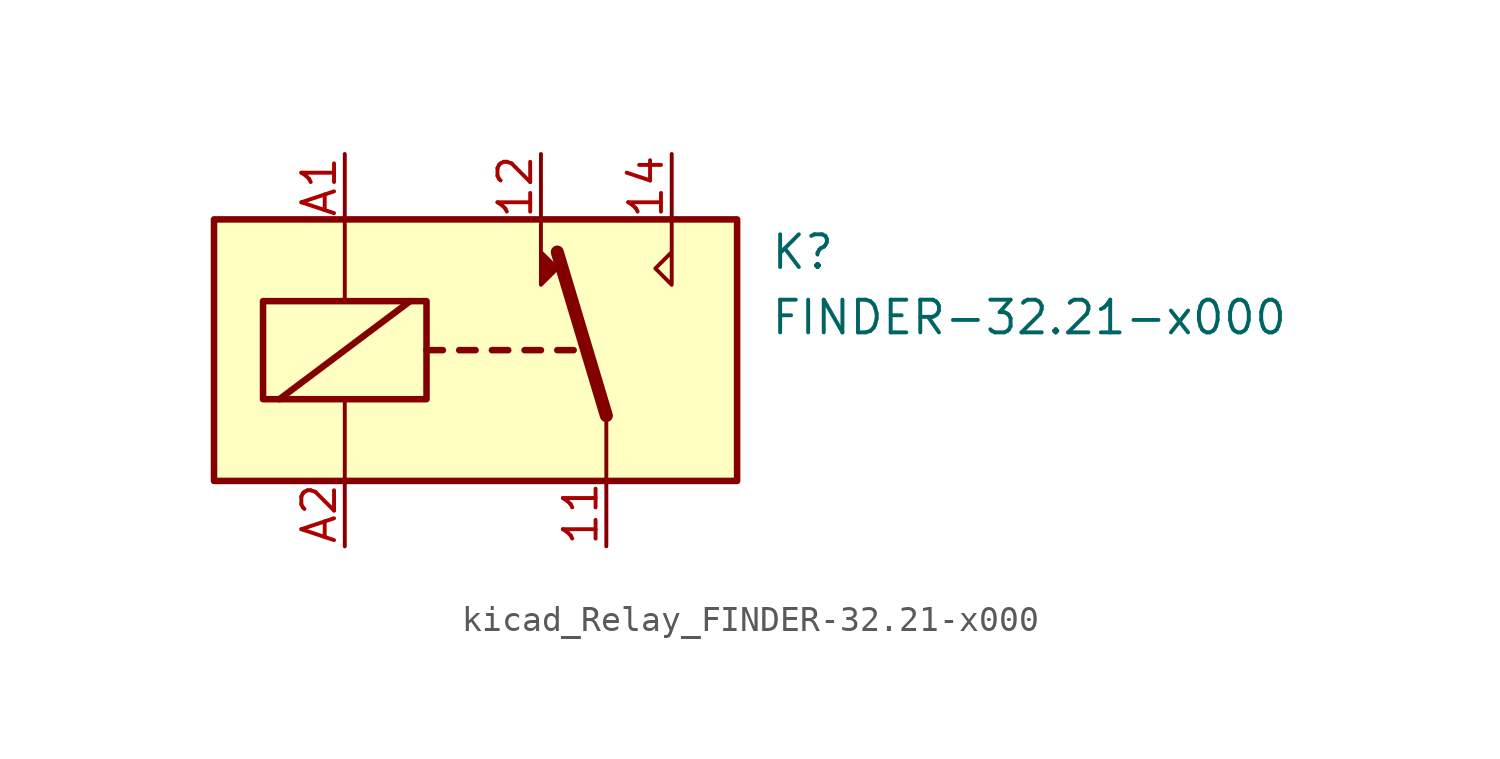
<source format=kicad_sym>
(kicad_symbol_lib
  (version 20220914)
  (generator kicad_symbol_editor)
  (symbol "kicad_Relay_FINDER-32.21-x000"
    (property "Reference" "K"
      (at 11.43 3.81 0)
      (effects (font (size 1.27 1.27)) (justify left)))
    (property "Value" "FINDER-32.21-x000"
      (at 11.43 1.27 0)
      (effects (font (size 1.27 1.27)) (justify left)))
    (symbol "kicad_Relay_FINDER-32.21-x000_0_0"
      (polyline (pts (xy 2.54 5.08) (xy 2.54 2.54) (xy 3.175 3.175) (xy 2.54 3.81)) (stroke (width 0) (type default)) (fill (type outline)))
      (polyline (pts (xy 7.62 5.08) (xy 7.62 2.54) (xy 6.985 3.175) (xy 7.62 3.81)) (stroke (width 0) (type default)) (fill (type none))))
    (symbol "kicad_Relay_FINDER-32.21-x000_0_1"
      (rectangle (start -10.16 5.08) (end 10.16 -5.08) (stroke (width 0.254) (type default)) (fill (type background)))
      (rectangle (start -8.255 1.905) (end -1.905 -1.905) (stroke (width 0.254) (type default)) (fill (type none)))
      (polyline (pts (xy -7.62 -1.905) (xy -2.54 1.905)) (stroke (width 0.254) (type default)) (fill (type none)))
      (polyline (pts (xy -5.08 -5.08) (xy -5.08 -1.905)) (stroke (width 0) (type default)) (fill (type none)))
      (polyline (pts (xy -5.08 5.08) (xy -5.08 1.905)) (stroke (width 0) (type default)) (fill (type none)))
      (polyline (pts (xy -1.905 0) (xy -1.27 0)) (stroke (width 0.254) (type default)) (fill (type none)))
      (polyline (pts (xy -0.635 0) (xy 0 0)) (stroke (width 0.254) (type default)) (fill (type none)))
      (polyline (pts (xy 0.635 0) (xy 1.27 0)) (stroke (width 0.254) (type default)) (fill (type none)))
      (polyline (pts (xy 1.905 0) (xy 2.54 0)) (stroke (width 0.254) (type default)) (fill (type none)))
      (polyline (pts (xy 3.175 0) (xy 3.81 0)) (stroke (width 0.254) (type default)) (fill (type none)))
      (polyline (pts (xy 5.08 -2.54) (xy 3.175 3.81)) (stroke (width 0.508) (type default)) (fill (type none)))
      (polyline (pts (xy 5.08 -2.54) (xy 5.08 -5.08)) (stroke (width 0) (type default)) (fill (type none))))
    (symbol "kicad_Relay_FINDER-32.21-x000_1_1"
      (pin passive line (at 5.08 -7.62 90) (length 2.54) (name "~" (effects (font (size 1.27 1.27)))) (number "11" (effects (font (size 1.27 1.27)))))
      (pin passive line (at 2.54 7.62 270) (length 2.54) (name "~" (effects (font (size 1.27 1.27)))) (number "12" (effects (font (size 1.27 1.27)))))
      (pin passive line (at 7.62 7.62 270) (length 2.54) (name "~" (effects (font (size 1.27 1.27)))) (number "14" (effects (font (size 1.27 1.27)))))
      (pin passive line (at -5.08 7.62 270) (length 2.54) (name "~" (effects (font (size 1.27 1.27)))) (number "A1" (effects (font (size 1.27 1.27)))))
      (pin passive line (at -5.08 -7.62 90) (length 2.54) (name "~" (effects (font (size 1.27 1.27)))) (number "A2" (effects (font (size 1.27 1.27))))))))
</source>
